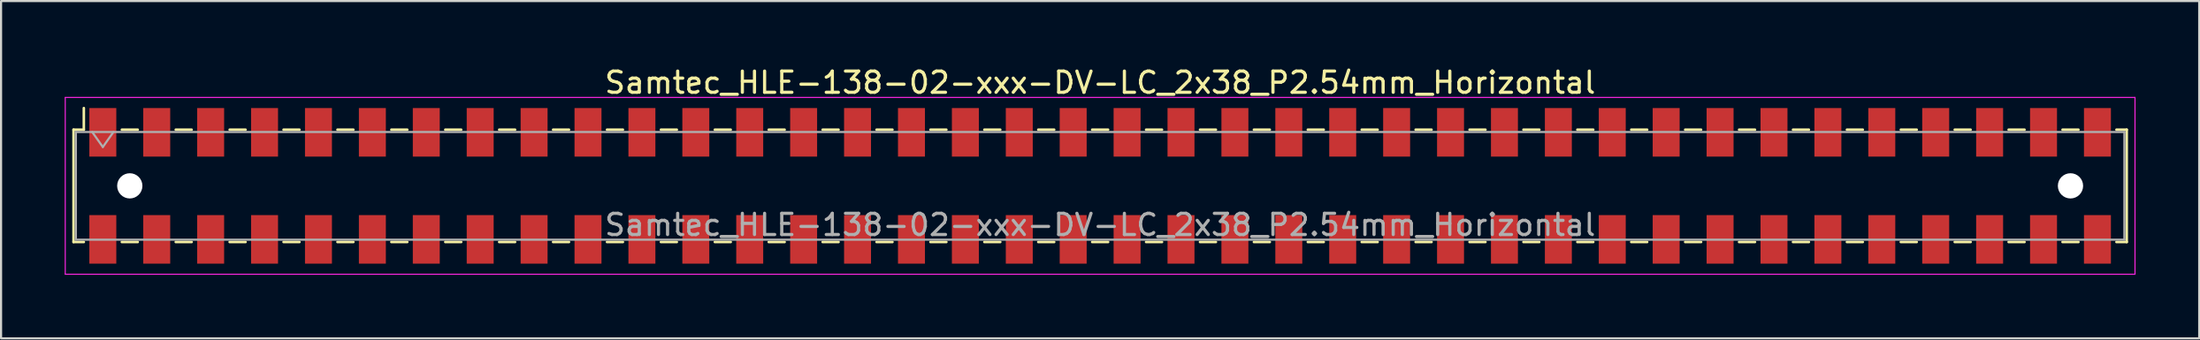
<source format=kicad_pcb>
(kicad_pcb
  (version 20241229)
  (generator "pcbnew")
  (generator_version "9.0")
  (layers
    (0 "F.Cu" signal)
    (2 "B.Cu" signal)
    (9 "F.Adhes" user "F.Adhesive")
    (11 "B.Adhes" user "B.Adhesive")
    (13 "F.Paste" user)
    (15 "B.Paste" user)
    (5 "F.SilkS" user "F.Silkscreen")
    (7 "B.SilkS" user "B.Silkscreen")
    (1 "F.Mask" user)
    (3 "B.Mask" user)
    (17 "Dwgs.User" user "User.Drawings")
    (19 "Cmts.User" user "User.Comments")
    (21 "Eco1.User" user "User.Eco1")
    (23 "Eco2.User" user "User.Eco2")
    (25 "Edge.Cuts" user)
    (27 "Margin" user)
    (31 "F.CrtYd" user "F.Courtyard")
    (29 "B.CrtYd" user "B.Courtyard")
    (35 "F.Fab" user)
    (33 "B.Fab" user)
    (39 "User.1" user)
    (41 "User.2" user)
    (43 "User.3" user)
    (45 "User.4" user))
  (footprint "Samtec_HLE-138-02-xxx-DV-LC_2x38_P2.54mm_Horizontal"
    (layer "F.Cu")
    (at 48.785 5.718)
    (property "Reference" "Samtec_HLE-138-02-xxx-DV-LC_2x38_P2.54mm_Horizontal" (at 0 -4.87 0) (layer "F.SilkS") (effects (font (size 1 1) (thickness 0.15))))
    (attr smd)
    (fp_line (start -48.37 -2.65) (end -48.37 2.65) (stroke (width 0.12) (type solid)) (layer "F.SilkS"))
    (fp_line (start -48.37 2.65) (end -47.885 2.65) (stroke (width 0.12) (type solid)) (layer "F.SilkS"))
    (fp_line (start -47.885 -3.67) (end -47.885 -2.65) (stroke (width 0.12) (type solid)) (layer "F.SilkS"))
    (fp_line (start -47.885 -2.65) (end -48.37 -2.65) (stroke (width 0.12) (type solid)) (layer "F.SilkS"))
    (fp_line (start -46.095 -2.65) (end -45.345 -2.65) (stroke (width 0.12) (type solid)) (layer "F.SilkS"))
    (fp_line (start -46.095 2.65) (end -45.345 2.65) (stroke (width 0.12) (type solid)) (layer "F.SilkS"))
    (fp_line (start -43.555 -2.65) (end -42.805 -2.65) (stroke (width 0.12) (type solid)) (layer "F.SilkS"))
    (fp_line (start -43.555 2.65) (end -42.805 2.65) (stroke (width 0.12) (type solid)) (layer "F.SilkS"))
    (fp_line (start -41.015 -2.65) (end -40.265 -2.65) (stroke (width 0.12) (type solid)) (layer "F.SilkS"))
    (fp_line (start -41.015 2.65) (end -40.265 2.65) (stroke (width 0.12) (type solid)) (layer "F.SilkS"))
    (fp_line (start -38.475 -2.65) (end -37.725 -2.65) (stroke (width 0.12) (type solid)) (layer "F.SilkS"))
    (fp_line (start -38.475 2.65) (end -37.725 2.65) (stroke (width 0.12) (type solid)) (layer "F.SilkS"))
    (fp_line (start -35.935 -2.65) (end -35.185 -2.65) (stroke (width 0.12) (type solid)) (layer "F.SilkS"))
    (fp_line (start -35.935 2.65) (end -35.185 2.65) (stroke (width 0.12) (type solid)) (layer "F.SilkS"))
    (fp_line (start -33.395 -2.65) (end -32.645 -2.65) (stroke (width 0.12) (type solid)) (layer "F.SilkS"))
    (fp_line (start -33.395 2.65) (end -32.645 2.65) (stroke (width 0.12) (type solid)) (layer "F.SilkS"))
    (fp_line (start -30.855 -2.65) (end -30.105 -2.65) (stroke (width 0.12) (type solid)) (layer "F.SilkS"))
    (fp_line (start -30.855 2.65) (end -30.105 2.65) (stroke (width 0.12) (type solid)) (layer "F.SilkS"))
    (fp_line (start -28.315 -2.65) (end -27.565 -2.65) (stroke (width 0.12) (type solid)) (layer "F.SilkS"))
    (fp_line (start -28.315 2.65) (end -27.565 2.65) (stroke (width 0.12) (type solid)) (layer "F.SilkS"))
    (fp_line (start -25.775 -2.65) (end -25.025 -2.65) (stroke (width 0.12) (type solid)) (layer "F.SilkS"))
    (fp_line (start -25.775 2.65) (end -25.025 2.65) (stroke (width 0.12) (type solid)) (layer "F.SilkS"))
    (fp_line (start -23.235 -2.65) (end -22.485 -2.65) (stroke (width 0.12) (type solid)) (layer "F.SilkS"))
    (fp_line (start -23.235 2.65) (end -22.485 2.65) (stroke (width 0.12) (type solid)) (layer "F.SilkS"))
    (fp_line (start -20.695 -2.65) (end -19.945 -2.65) (stroke (width 0.12) (type solid)) (layer "F.SilkS"))
    (fp_line (start -20.695 2.65) (end -19.945 2.65) (stroke (width 0.12) (type solid)) (layer "F.SilkS"))
    (fp_line (start -18.155 -2.65) (end -17.405 -2.65) (stroke (width 0.12) (type solid)) (layer "F.SilkS"))
    (fp_line (start -18.155 2.65) (end -17.405 2.65) (stroke (width 0.12) (type solid)) (layer "F.SilkS"))
    (fp_line (start -15.615 -2.65) (end -14.865 -2.65) (stroke (width 0.12) (type solid)) (layer "F.SilkS"))
    (fp_line (start -15.615 2.65) (end -14.865 2.65) (stroke (width 0.12) (type solid)) (layer "F.SilkS"))
    (fp_line (start -13.075 -2.65) (end -12.325 -2.65) (stroke (width 0.12) (type solid)) (layer "F.SilkS"))
    (fp_line (start -13.075 2.65) (end -12.325 2.65) (stroke (width 0.12) (type solid)) (layer "F.SilkS"))
    (fp_line (start -10.535 -2.65) (end -9.785 -2.65) (stroke (width 0.12) (type solid)) (layer "F.SilkS"))
    (fp_line (start -10.535 2.65) (end -9.785 2.65) (stroke (width 0.12) (type solid)) (layer "F.SilkS"))
    (fp_line (start -7.995 -2.65) (end -7.245 -2.65) (stroke (width 0.12) (type solid)) (layer "F.SilkS"))
    (fp_line (start -7.995 2.65) (end -7.245 2.65) (stroke (width 0.12) (type solid)) (layer "F.SilkS"))
    (fp_line (start -5.455 -2.65) (end -4.705 -2.65) (stroke (width 0.12) (type solid)) (layer "F.SilkS"))
    (fp_line (start -5.455 2.65) (end -4.705 2.65) (stroke (width 0.12) (type solid)) (layer "F.SilkS"))
    (fp_line (start -2.915 -2.65) (end -2.165 -2.65) (stroke (width 0.12) (type solid)) (layer "F.SilkS"))
    (fp_line (start -2.915 2.65) (end -2.165 2.65) (stroke (width 0.12) (type solid)) (layer "F.SilkS"))
    (fp_line (start -0.375 -2.65) (end 0.375 -2.65) (stroke (width 0.12) (type solid)) (layer "F.SilkS"))
    (fp_line (start -0.375 2.65) (end 0.375 2.65) (stroke (width 0.12) (type solid)) (layer "F.SilkS"))
    (fp_line (start 2.165 -2.65) (end 2.915 -2.65) (stroke (width 0.12) (type solid)) (layer "F.SilkS"))
    (fp_line (start 2.165 2.65) (end 2.915 2.65) (stroke (width 0.12) (type solid)) (layer "F.SilkS"))
    (fp_line (start 4.705 -2.65) (end 5.455 -2.65) (stroke (width 0.12) (type solid)) (layer "F.SilkS"))
    (fp_line (start 4.705 2.65) (end 5.455 2.65) (stroke (width 0.12) (type solid)) (layer "F.SilkS"))
    (fp_line (start 7.245 -2.65) (end 7.995 -2.65) (stroke (width 0.12) (type solid)) (layer "F.SilkS"))
    (fp_line (start 7.245 2.65) (end 7.995 2.65) (stroke (width 0.12) (type solid)) (layer "F.SilkS"))
    (fp_line (start 9.785 -2.65) (end 10.535 -2.65) (stroke (width 0.12) (type solid)) (layer "F.SilkS"))
    (fp_line (start 9.785 2.65) (end 10.535 2.65) (stroke (width 0.12) (type solid)) (layer "F.SilkS"))
    (fp_line (start 12.325 -2.65) (end 13.075 -2.65) (stroke (width 0.12) (type solid)) (layer "F.SilkS"))
    (fp_line (start 12.325 2.65) (end 13.075 2.65) (stroke (width 0.12) (type solid)) (layer "F.SilkS"))
    (fp_line (start 14.865 -2.65) (end 15.615 -2.65) (stroke (width 0.12) (type solid)) (layer "F.SilkS"))
    (fp_line (start 14.865 2.65) (end 15.615 2.65) (stroke (width 0.12) (type solid)) (layer "F.SilkS"))
    (fp_line (start 17.405 -2.65) (end 18.155 -2.65) (stroke (width 0.12) (type solid)) (layer "F.SilkS"))
    (fp_line (start 17.405 2.65) (end 18.155 2.65) (stroke (width 0.12) (type solid)) (layer "F.SilkS"))
    (fp_line (start 19.945 -2.65) (end 20.695 -2.65) (stroke (width 0.12) (type solid)) (layer "F.SilkS"))
    (fp_line (start 19.945 2.65) (end 20.695 2.65) (stroke (width 0.12) (type solid)) (layer "F.SilkS"))
    (fp_line (start 22.485 -2.65) (end 23.235 -2.65) (stroke (width 0.12) (type solid)) (layer "F.SilkS"))
    (fp_line (start 22.485 2.65) (end 23.235 2.65) (stroke (width 0.12) (type solid)) (layer "F.SilkS"))
    (fp_line (start 25.025 -2.65) (end 25.775 -2.65) (stroke (width 0.12) (type solid)) (layer "F.SilkS"))
    (fp_line (start 25.025 2.65) (end 25.775 2.65) (stroke (width 0.12) (type solid)) (layer "F.SilkS"))
    (fp_line (start 27.565 -2.65) (end 28.315 -2.65) (stroke (width 0.12) (type solid)) (layer "F.SilkS"))
    (fp_line (start 27.565 2.65) (end 28.315 2.65) (stroke (width 0.12) (type solid)) (layer "F.SilkS"))
    (fp_line (start 30.105 -2.65) (end 30.855 -2.65) (stroke (width 0.12) (type solid)) (layer "F.SilkS"))
    (fp_line (start 30.105 2.65) (end 30.855 2.65) (stroke (width 0.12) (type solid)) (layer "F.SilkS"))
    (fp_line (start 32.645 -2.65) (end 33.395 -2.65) (stroke (width 0.12) (type solid)) (layer "F.SilkS"))
    (fp_line (start 32.645 2.65) (end 33.395 2.65) (stroke (width 0.12) (type solid)) (layer "F.SilkS"))
    (fp_line (start 35.185 -2.65) (end 35.935 -2.65) (stroke (width 0.12) (type solid)) (layer "F.SilkS"))
    (fp_line (start 35.185 2.65) (end 35.935 2.65) (stroke (width 0.12) (type solid)) (layer "F.SilkS"))
    (fp_line (start 37.725 -2.65) (end 38.475 -2.65) (stroke (width 0.12) (type solid)) (layer "F.SilkS"))
    (fp_line (start 37.725 2.65) (end 38.475 2.65) (stroke (width 0.12) (type solid)) (layer "F.SilkS"))
    (fp_line (start 40.265 -2.65) (end 41.015 -2.65) (stroke (width 0.12) (type solid)) (layer "F.SilkS"))
    (fp_line (start 40.265 2.65) (end 41.015 2.65) (stroke (width 0.12) (type solid)) (layer "F.SilkS"))
    (fp_line (start 42.805 -2.65) (end 43.555 -2.65) (stroke (width 0.12) (type solid)) (layer "F.SilkS"))
    (fp_line (start 42.805 2.65) (end 43.555 2.65) (stroke (width 0.12) (type solid)) (layer "F.SilkS"))
    (fp_line (start 45.345 -2.65) (end 46.095 -2.65) (stroke (width 0.12) (type solid)) (layer "F.SilkS"))
    (fp_line (start 45.345 2.65) (end 46.095 2.65) (stroke (width 0.12) (type solid)) (layer "F.SilkS"))
    (fp_line (start 47.885 -2.65) (end 48.37 -2.65) (stroke (width 0.12) (type solid)) (layer "F.SilkS"))
    (fp_line (start 48.37 -2.65) (end 48.37 2.65) (stroke (width 0.12) (type solid)) (layer "F.SilkS"))
    (fp_line (start 48.37 2.65) (end 47.885 2.65) (stroke (width 0.12) (type solid)) (layer "F.SilkS"))
    (fp_line (start -48.76 -4.17) (end 48.76 -4.17) (stroke (width 0.05) (type solid)) (layer "F.CrtYd"))
    (fp_line (start -48.76 4.17) (end -48.76 -4.17) (stroke (width 0.05) (type solid)) (layer "F.CrtYd"))
    (fp_line (start 48.76 -4.17) (end 48.76 4.17) (stroke (width 0.05) (type solid)) (layer "F.CrtYd"))
    (fp_line (start 48.76 4.17) (end -48.76 4.17) (stroke (width 0.05) (type solid)) (layer "F.CrtYd"))
    (fp_line (start -48.26 -2.54) (end 48.26 -2.54) (stroke (width 0.1) (type solid)) (layer "F.Fab"))
    (fp_line (start -48.26 2.54) (end -48.26 -2.54) (stroke (width 0.1) (type solid)) (layer "F.Fab"))
    (fp_line (start -47.49 -2.54) (end -46.99 -1.833) (stroke (width 0.1) (type solid)) (layer "F.Fab"))
    (fp_line (start -46.99 -1.833) (end -46.49 -2.54) (stroke (width 0.1) (type solid)) (layer "F.Fab"))
    (fp_line (start 48.26 -2.54) (end 48.26 2.54) (stroke (width 0.1) (type solid)) (layer "F.Fab"))
    (fp_line (start 48.26 2.54) (end -48.26 2.54) (stroke (width 0.1) (type solid)) (layer "F.Fab"))
    (fp_text user "${REFERENCE}" (at 0 1.84 0) (layer "F.Fab") (effects (font (size 1 1) (thickness 0.15))))
    (pad "" np_thru_hole circle (at -45.72 0) (size 1.19 1.19) (drill 1.19) (layers "*.Cu" "*.Mask"))
    (pad "" np_thru_hole circle (at 45.72 0) (size 1.19 1.19) (drill 1.19) (layers "*.Cu" "*.Mask"))
    (pad "1" smd rect (at -46.99 -2.525) (size 1.27 2.29) (layers "F.Cu" "F.Mask" "F.Paste"))
    (pad "2" smd rect (at -46.99 2.525) (size 1.27 2.29) (layers "F.Cu" "F.Mask" "F.Paste"))
    (pad "3" smd rect (at -44.45 -2.525) (size 1.27 2.29) (layers "F.Cu" "F.Mask" "F.Paste"))
    (pad "4" smd rect (at -44.45 2.525) (size 1.27 2.29) (layers "F.Cu" "F.Mask" "F.Paste"))
    (pad "5" smd rect (at -41.91 -2.525) (size 1.27 2.29) (layers "F.Cu" "F.Mask" "F.Paste"))
    (pad "6" smd rect (at -41.91 2.525) (size 1.27 2.29) (layers "F.Cu" "F.Mask" "F.Paste"))
    (pad "7" smd rect (at -39.37 -2.525) (size 1.27 2.29) (layers "F.Cu" "F.Mask" "F.Paste"))
    (pad "8" smd rect (at -39.37 2.525) (size 1.27 2.29) (layers "F.Cu" "F.Mask" "F.Paste"))
    (pad "9" smd rect (at -36.83 -2.525) (size 1.27 2.29) (layers "F.Cu" "F.Mask" "F.Paste"))
    (pad "10" smd rect (at -36.83 2.525) (size 1.27 2.29) (layers "F.Cu" "F.Mask" "F.Paste"))
    (pad "11" smd rect (at -34.29 -2.525) (size 1.27 2.29) (layers "F.Cu" "F.Mask" "F.Paste"))
    (pad "12" smd rect (at -34.29 2.525) (size 1.27 2.29) (layers "F.Cu" "F.Mask" "F.Paste"))
    (pad "13" smd rect (at -31.75 -2.525) (size 1.27 2.29) (layers "F.Cu" "F.Mask" "F.Paste"))
    (pad "14" smd rect (at -31.75 2.525) (size 1.27 2.29) (layers "F.Cu" "F.Mask" "F.Paste"))
    (pad "15" smd rect (at -29.21 -2.525) (size 1.27 2.29) (layers "F.Cu" "F.Mask" "F.Paste"))
    (pad "16" smd rect (at -29.21 2.525) (size 1.27 2.29) (layers "F.Cu" "F.Mask" "F.Paste"))
    (pad "17" smd rect (at -26.67 -2.525) (size 1.27 2.29) (layers "F.Cu" "F.Mask" "F.Paste"))
    (pad "18" smd rect (at -26.67 2.525) (size 1.27 2.29) (layers "F.Cu" "F.Mask" "F.Paste"))
    (pad "19" smd rect (at -24.13 -2.525) (size 1.27 2.29) (layers "F.Cu" "F.Mask" "F.Paste"))
    (pad "20" smd rect (at -24.13 2.525) (size 1.27 2.29) (layers "F.Cu" "F.Mask" "F.Paste"))
    (pad "21" smd rect (at -21.59 -2.525) (size 1.27 2.29) (layers "F.Cu" "F.Mask" "F.Paste"))
    (pad "22" smd rect (at -21.59 2.525) (size 1.27 2.29) (layers "F.Cu" "F.Mask" "F.Paste"))
    (pad "23" smd rect (at -19.05 -2.525) (size 1.27 2.29) (layers "F.Cu" "F.Mask" "F.Paste"))
    (pad "24" smd rect (at -19.05 2.525) (size 1.27 2.29) (layers "F.Cu" "F.Mask" "F.Paste"))
    (pad "25" smd rect (at -16.51 -2.525) (size 1.27 2.29) (layers "F.Cu" "F.Mask" "F.Paste"))
    (pad "26" smd rect (at -16.51 2.525) (size 1.27 2.29) (layers "F.Cu" "F.Mask" "F.Paste"))
    (pad "27" smd rect (at -13.97 -2.525) (size 1.27 2.29) (layers "F.Cu" "F.Mask" "F.Paste"))
    (pad "28" smd rect (at -13.97 2.525) (size 1.27 2.29) (layers "F.Cu" "F.Mask" "F.Paste"))
    (pad "29" smd rect (at -11.43 -2.525) (size 1.27 2.29) (layers "F.Cu" "F.Mask" "F.Paste"))
    (pad "30" smd rect (at -11.43 2.525) (size 1.27 2.29) (layers "F.Cu" "F.Mask" "F.Paste"))
    (pad "31" smd rect (at -8.89 -2.525) (size 1.27 2.29) (layers "F.Cu" "F.Mask" "F.Paste"))
    (pad "32" smd rect (at -8.89 2.525) (size 1.27 2.29) (layers "F.Cu" "F.Mask" "F.Paste"))
    (pad "33" smd rect (at -6.35 -2.525) (size 1.27 2.29) (layers "F.Cu" "F.Mask" "F.Paste"))
    (pad "34" smd rect (at -6.35 2.525) (size 1.27 2.29) (layers "F.Cu" "F.Mask" "F.Paste"))
    (pad "35" smd rect (at -3.81 -2.525) (size 1.27 2.29) (layers "F.Cu" "F.Mask" "F.Paste"))
    (pad "36" smd rect (at -3.81 2.525) (size 1.27 2.29) (layers "F.Cu" "F.Mask" "F.Paste"))
    (pad "37" smd rect (at -1.27 -2.525) (size 1.27 2.29) (layers "F.Cu" "F.Mask" "F.Paste"))
    (pad "38" smd rect (at -1.27 2.525) (size 1.27 2.29) (layers "F.Cu" "F.Mask" "F.Paste"))
    (pad "39" smd rect (at 1.27 -2.525) (size 1.27 2.29) (layers "F.Cu" "F.Mask" "F.Paste"))
    (pad "40" smd rect (at 1.27 2.525) (size 1.27 2.29) (layers "F.Cu" "F.Mask" "F.Paste"))
    (pad "41" smd rect (at 3.81 -2.525) (size 1.27 2.29) (layers "F.Cu" "F.Mask" "F.Paste"))
    (pad "42" smd rect (at 3.81 2.525) (size 1.27 2.29) (layers "F.Cu" "F.Mask" "F.Paste"))
    (pad "43" smd rect (at 6.35 -2.525) (size 1.27 2.29) (layers "F.Cu" "F.Mask" "F.Paste"))
    (pad "44" smd rect (at 6.35 2.525) (size 1.27 2.29) (layers "F.Cu" "F.Mask" "F.Paste"))
    (pad "45" smd rect (at 8.89 -2.525) (size 1.27 2.29) (layers "F.Cu" "F.Mask" "F.Paste"))
    (pad "46" smd rect (at 8.89 2.525) (size 1.27 2.29) (layers "F.Cu" "F.Mask" "F.Paste"))
    (pad "47" smd rect (at 11.43 -2.525) (size 1.27 2.29) (layers "F.Cu" "F.Mask" "F.Paste"))
    (pad "48" smd rect (at 11.43 2.525) (size 1.27 2.29) (layers "F.Cu" "F.Mask" "F.Paste"))
    (pad "49" smd rect (at 13.97 -2.525) (size 1.27 2.29) (layers "F.Cu" "F.Mask" "F.Paste"))
    (pad "50" smd rect (at 13.97 2.525) (size 1.27 2.29) (layers "F.Cu" "F.Mask" "F.Paste"))
    (pad "51" smd rect (at 16.51 -2.525) (size 1.27 2.29) (layers "F.Cu" "F.Mask" "F.Paste"))
    (pad "52" smd rect (at 16.51 2.525) (size 1.27 2.29) (layers "F.Cu" "F.Mask" "F.Paste"))
    (pad "53" smd rect (at 19.05 -2.525) (size 1.27 2.29) (layers "F.Cu" "F.Mask" "F.Paste"))
    (pad "54" smd rect (at 19.05 2.525) (size 1.27 2.29) (layers "F.Cu" "F.Mask" "F.Paste"))
    (pad "55" smd rect (at 21.59 -2.525) (size 1.27 2.29) (layers "F.Cu" "F.Mask" "F.Paste"))
    (pad "56" smd rect (at 21.59 2.525) (size 1.27 2.29) (layers "F.Cu" "F.Mask" "F.Paste"))
    (pad "57" smd rect (at 24.13 -2.525) (size 1.27 2.29) (layers "F.Cu" "F.Mask" "F.Paste"))
    (pad "58" smd rect (at 24.13 2.525) (size 1.27 2.29) (layers "F.Cu" "F.Mask" "F.Paste"))
    (pad "59" smd rect (at 26.67 -2.525) (size 1.27 2.29) (layers "F.Cu" "F.Mask" "F.Paste"))
    (pad "60" smd rect (at 26.67 2.525) (size 1.27 2.29) (layers "F.Cu" "F.Mask" "F.Paste"))
    (pad "61" smd rect (at 29.21 -2.525) (size 1.27 2.29) (layers "F.Cu" "F.Mask" "F.Paste"))
    (pad "62" smd rect (at 29.21 2.525) (size 1.27 2.29) (layers "F.Cu" "F.Mask" "F.Paste"))
    (pad "63" smd rect (at 31.75 -2.525) (size 1.27 2.29) (layers "F.Cu" "F.Mask" "F.Paste"))
    (pad "64" smd rect (at 31.75 2.525) (size 1.27 2.29) (layers "F.Cu" "F.Mask" "F.Paste"))
    (pad "65" smd rect (at 34.29 -2.525) (size 1.27 2.29) (layers "F.Cu" "F.Mask" "F.Paste"))
    (pad "66" smd rect (at 34.29 2.525) (size 1.27 2.29) (layers "F.Cu" "F.Mask" "F.Paste"))
    (pad "67" smd rect (at 36.83 -2.525) (size 1.27 2.29) (layers "F.Cu" "F.Mask" "F.Paste"))
    (pad "68" smd rect (at 36.83 2.525) (size 1.27 2.29) (layers "F.Cu" "F.Mask" "F.Paste"))
    (pad "69" smd rect (at 39.37 -2.525) (size 1.27 2.29) (layers "F.Cu" "F.Mask" "F.Paste"))
    (pad "70" smd rect (at 39.37 2.525) (size 1.27 2.29) (layers "F.Cu" "F.Mask" "F.Paste"))
    (pad "71" smd rect (at 41.91 -2.525) (size 1.27 2.29) (layers "F.Cu" "F.Mask" "F.Paste"))
    (pad "72" smd rect (at 41.91 2.525) (size 1.27 2.29) (layers "F.Cu" "F.Mask" "F.Paste"))
    (pad "73" smd rect (at 44.45 -2.525) (size 1.27 2.29) (layers "F.Cu" "F.Mask" "F.Paste"))
    (pad "74" smd rect (at 44.45 2.525) (size 1.27 2.29) (layers "F.Cu" "F.Mask" "F.Paste"))
    (pad "75" smd rect (at 46.99 -2.525) (size 1.27 2.29) (layers "F.Cu" "F.Mask" "F.Paste"))
    (pad "76" smd rect (at 46.99 2.525) (size 1.27 2.29) (layers "F.Cu" "F.Mask" "F.Paste")))
  (gr_rect
    (start -3 -3)
    (end 100.57 12.913)
    (stroke (width 0.1) (type default))
    (fill no)
    (layer "Edge.Cuts")))
</source>
